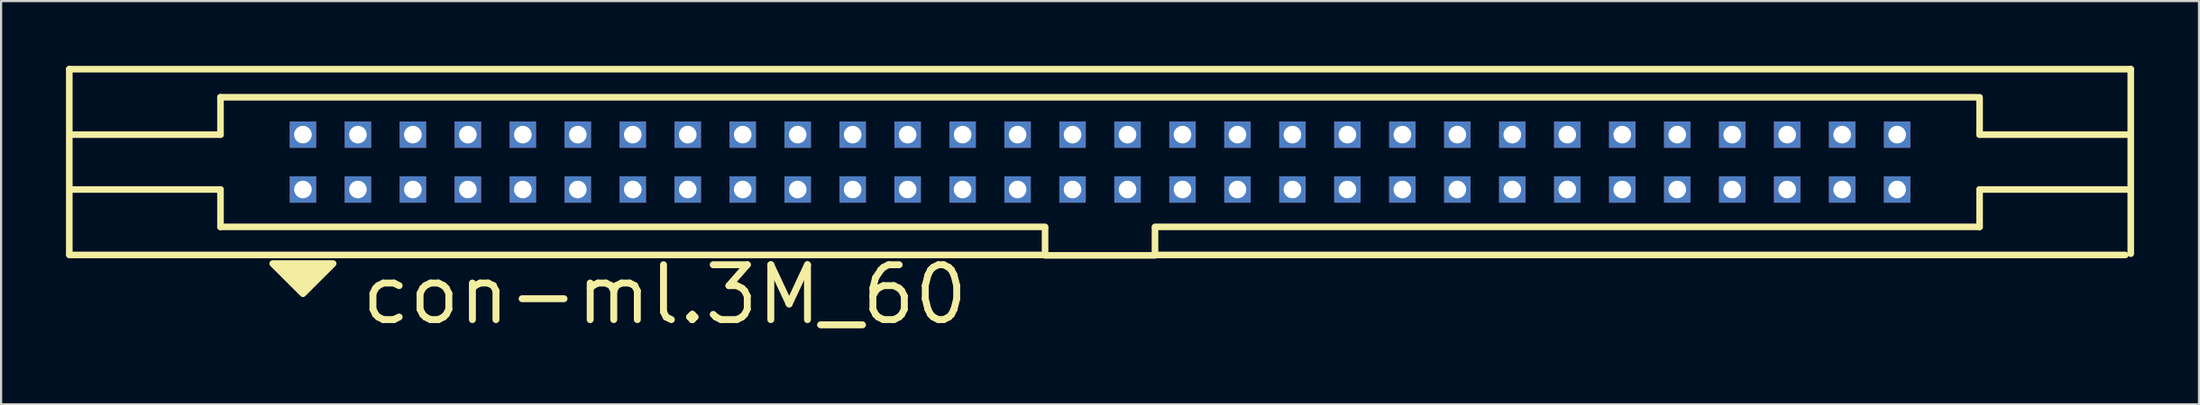
<source format=kicad_pcb>
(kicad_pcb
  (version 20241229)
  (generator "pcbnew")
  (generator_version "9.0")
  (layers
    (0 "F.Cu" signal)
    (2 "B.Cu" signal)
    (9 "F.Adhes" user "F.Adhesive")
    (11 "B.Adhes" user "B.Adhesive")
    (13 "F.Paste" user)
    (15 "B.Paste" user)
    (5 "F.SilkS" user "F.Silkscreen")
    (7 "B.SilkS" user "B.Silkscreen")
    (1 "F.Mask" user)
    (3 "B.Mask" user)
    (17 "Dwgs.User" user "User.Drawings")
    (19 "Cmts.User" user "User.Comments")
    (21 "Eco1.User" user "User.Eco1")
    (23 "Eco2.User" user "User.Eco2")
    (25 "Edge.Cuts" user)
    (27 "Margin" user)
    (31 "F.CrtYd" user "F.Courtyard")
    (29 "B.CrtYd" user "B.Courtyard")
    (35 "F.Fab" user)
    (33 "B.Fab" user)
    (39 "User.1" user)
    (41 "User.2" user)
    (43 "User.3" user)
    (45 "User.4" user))
  (footprint "con-ml.3M_60"
    (layer "F.Cu")
    (at 47.777 4.452)
    (property "Reference" "con-ml.3M_60" (at -34.29 7.62 0) (layer "F.SilkS") (effects (font (size 2.54 2.54) (thickness 0.32)) (justify left bottom)))
    (attr through_hole)
    (fp_line (start -47.625 -4.3) (end -47.625 4.242) (stroke (width 0.305) (type default)) (layer "F.SilkS"))
    (fp_line (start -47.625 4.3) (end -2.54 4.3) (stroke (width 0.305) (type default)) (layer "F.SilkS"))
    (fp_line (start -40.64 -1.27) (end -47.498 -1.27) (stroke (width 0.305) (type default)) (layer "F.SilkS"))
    (fp_line (start -40.64 -1.27) (end -40.64 -3) (stroke (width 0.305) (type default)) (layer "F.SilkS"))
    (fp_line (start -40.64 1.27) (end -47.498 1.27) (stroke (width 0.305) (type default)) (layer "F.SilkS"))
    (fp_line (start -40.64 3) (end -40.64 1.27) (stroke (width 0.305) (type default)) (layer "F.SilkS"))
    (fp_line (start -2.54 3) (end -40.64 3) (stroke (width 0.305) (type default)) (layer "F.SilkS"))
    (fp_line (start -2.54 4.3) (end -2.54 3.048) (stroke (width 0.305) (type default)) (layer "F.SilkS"))
    (fp_line (start -2.54 4.318) (end 2.54 4.318) (stroke (width 0.305) (type default)) (layer "F.SilkS"))
    (fp_line (start 2.54 3.048) (end 2.54 4.3) (stroke (width 0.305) (type default)) (layer "F.SilkS"))
    (fp_line (start 2.54 4.3) (end 47.371 4.3) (stroke (width 0.305) (type default)) (layer "F.SilkS"))
    (fp_line (start 40.513 -3) (end -40.64 -3) (stroke (width 0.305) (type default)) (layer "F.SilkS"))
    (fp_line (start 40.64 -1.27) (end 40.64 -3) (stroke (width 0.305) (type default)) (layer "F.SilkS"))
    (fp_line (start 40.64 -1.27) (end 47.498 -1.27) (stroke (width 0.305) (type default)) (layer "F.SilkS"))
    (fp_line (start 40.64 1.27) (end 47.498 1.27) (stroke (width 0.305) (type default)) (layer "F.SilkS"))
    (fp_line (start 40.64 3) (end 2.54 3) (stroke (width 0.305) (type default)) (layer "F.SilkS"))
    (fp_line (start 40.64 3) (end 40.64 1.27) (stroke (width 0.305) (type default)) (layer "F.SilkS"))
    (fp_line (start 47.625 -4.3) (end -47.625 -4.3) (stroke (width 0.305) (type default)) (layer "F.SilkS"))
    (fp_line (start 47.625 4.242) (end 47.625 -4.3) (stroke (width 0.305) (type default)) (layer "F.SilkS"))
    (fp_poly (pts (xy -38.227 4.699) (xy -35.433 4.699) (xy -36.83 6.096)) (stroke (width 0.305) (type default)) (fill yes) (layer "F.SilkS"))
    (pad "1" thru_hole rect (at -36.83 1.27) (size 1.219 1.219) (drill 0.813) (layers "*.Cu" "*.Mask"))
    (pad "2" thru_hole rect (at -36.83 -1.27) (size 1.219 1.219) (drill 0.813) (layers "*.Cu" "*.Mask"))
    (pad "3" thru_hole rect (at -34.29 1.27) (size 1.219 1.219) (drill 0.813) (layers "*.Cu" "*.Mask"))
    (pad "4" thru_hole rect (at -34.29 -1.27) (size 1.219 1.219) (drill 0.813) (layers "*.Cu" "*.Mask"))
    (pad "5" thru_hole rect (at -31.75 1.27) (size 1.219 1.219) (drill 0.813) (layers "*.Cu" "*.Mask"))
    (pad "6" thru_hole rect (at -31.75 -1.27) (size 1.219 1.219) (drill 0.813) (layers "*.Cu" "*.Mask"))
    (pad "7" thru_hole rect (at -29.21 1.27) (size 1.219 1.219) (drill 0.813) (layers "*.Cu" "*.Mask"))
    (pad "8" thru_hole rect (at -29.21 -1.27) (size 1.219 1.219) (drill 0.813) (layers "*.Cu" "*.Mask"))
    (pad "9" thru_hole rect (at -26.67 1.27) (size 1.219 1.219) (drill 0.813) (layers "*.Cu" "*.Mask"))
    (pad "10" thru_hole rect (at -26.67 -1.27) (size 1.219 1.219) (drill 0.813) (layers "*.Cu" "*.Mask"))
    (pad "11" thru_hole rect (at -24.13 1.27) (size 1.219 1.219) (drill 0.813) (layers "*.Cu" "*.Mask"))
    (pad "12" thru_hole rect (at -24.13 -1.27) (size 1.219 1.219) (drill 0.813) (layers "*.Cu" "*.Mask"))
    (pad "13" thru_hole rect (at -21.59 1.27) (size 1.219 1.219) (drill 0.813) (layers "*.Cu" "*.Mask"))
    (pad "14" thru_hole rect (at -21.59 -1.27) (size 1.219 1.219) (drill 0.813) (layers "*.Cu" "*.Mask"))
    (pad "15" thru_hole rect (at -19.05 1.27) (size 1.219 1.219) (drill 0.813) (layers "*.Cu" "*.Mask"))
    (pad "16" thru_hole rect (at -19.05 -1.27) (size 1.219 1.219) (drill 0.813) (layers "*.Cu" "*.Mask"))
    (pad "17" thru_hole rect (at -16.51 1.27) (size 1.219 1.219) (drill 0.813) (layers "*.Cu" "*.Mask"))
    (pad "18" thru_hole rect (at -16.51 -1.27) (size 1.219 1.219) (drill 0.813) (layers "*.Cu" "*.Mask"))
    (pad "19" thru_hole rect (at -13.97 1.27) (size 1.219 1.219) (drill 0.813) (layers "*.Cu" "*.Mask"))
    (pad "20" thru_hole rect (at -13.97 -1.27) (size 1.219 1.219) (drill 0.813) (layers "*.Cu" "*.Mask"))
    (pad "21" thru_hole rect (at -11.43 1.27) (size 1.219 1.219) (drill 0.813) (layers "*.Cu" "*.Mask"))
    (pad "22" thru_hole rect (at -11.43 -1.27) (size 1.219 1.219) (drill 0.813) (layers "*.Cu" "*.Mask"))
    (pad "23" thru_hole rect (at -8.89 1.27) (size 1.219 1.219) (drill 0.813) (layers "*.Cu" "*.Mask"))
    (pad "24" thru_hole rect (at -8.89 -1.27) (size 1.219 1.219) (drill 0.813) (layers "*.Cu" "*.Mask"))
    (pad "25" thru_hole rect (at -6.35 1.27) (size 1.219 1.219) (drill 0.813) (layers "*.Cu" "*.Mask"))
    (pad "26" thru_hole rect (at -6.35 -1.27) (size 1.219 1.219) (drill 0.813) (layers "*.Cu" "*.Mask"))
    (pad "27" thru_hole rect (at -3.81 1.27) (size 1.219 1.219) (drill 0.813) (layers "*.Cu" "*.Mask"))
    (pad "28" thru_hole rect (at -3.81 -1.27) (size 1.219 1.219) (drill 0.813) (layers "*.Cu" "*.Mask"))
    (pad "29" thru_hole rect (at -1.27 1.27) (size 1.219 1.219) (drill 0.813) (layers "*.Cu" "*.Mask"))
    (pad "30" thru_hole rect (at -1.27 -1.27) (size 1.219 1.219) (drill 0.813) (layers "*.Cu" "*.Mask"))
    (pad "31" thru_hole rect (at 1.27 1.27) (size 1.219 1.219) (drill 0.813) (layers "*.Cu" "*.Mask"))
    (pad "32" thru_hole rect (at 1.27 -1.27) (size 1.219 1.219) (drill 0.813) (layers "*.Cu" "*.Mask"))
    (pad "33" thru_hole rect (at 3.81 1.27) (size 1.219 1.219) (drill 0.813) (layers "*.Cu" "*.Mask"))
    (pad "34" thru_hole rect (at 3.81 -1.27) (size 1.219 1.219) (drill 0.813) (layers "*.Cu" "*.Mask"))
    (pad "35" thru_hole rect (at 6.35 1.27) (size 1.219 1.219) (drill 0.813) (layers "*.Cu" "*.Mask"))
    (pad "36" thru_hole rect (at 6.35 -1.27) (size 1.219 1.219) (drill 0.813) (layers "*.Cu" "*.Mask"))
    (pad "37" thru_hole rect (at 8.89 1.27) (size 1.219 1.219) (drill 0.813) (layers "*.Cu" "*.Mask"))
    (pad "38" thru_hole rect (at 8.89 -1.27) (size 1.219 1.219) (drill 0.813) (layers "*.Cu" "*.Mask"))
    (pad "39" thru_hole rect (at 11.43 1.27) (size 1.219 1.219) (drill 0.813) (layers "*.Cu" "*.Mask"))
    (pad "40" thru_hole rect (at 11.43 -1.27) (size 1.219 1.219) (drill 0.813) (layers "*.Cu" "*.Mask"))
    (pad "41" thru_hole rect (at 13.97 1.27) (size 1.219 1.219) (drill 0.813) (layers "*.Cu" "*.Mask"))
    (pad "42" thru_hole rect (at 13.97 -1.27) (size 1.219 1.219) (drill 0.813) (layers "*.Cu" "*.Mask"))
    (pad "43" thru_hole rect (at 16.51 1.27) (size 1.219 1.219) (drill 0.813) (layers "*.Cu" "*.Mask"))
    (pad "44" thru_hole rect (at 16.51 -1.27) (size 1.219 1.219) (drill 0.813) (layers "*.Cu" "*.Mask"))
    (pad "45" thru_hole rect (at 19.05 1.27) (size 1.219 1.219) (drill 0.813) (layers "*.Cu" "*.Mask"))
    (pad "46" thru_hole rect (at 19.05 -1.27) (size 1.219 1.219) (drill 0.813) (layers "*.Cu" "*.Mask"))
    (pad "47" thru_hole rect (at 21.59 1.27) (size 1.219 1.219) (drill 0.813) (layers "*.Cu" "*.Mask"))
    (pad "48" thru_hole rect (at 21.59 -1.27) (size 1.219 1.219) (drill 0.813) (layers "*.Cu" "*.Mask"))
    (pad "49" thru_hole rect (at 24.13 1.27) (size 1.219 1.219) (drill 0.813) (layers "*.Cu" "*.Mask"))
    (pad "50" thru_hole rect (at 24.13 -1.27) (size 1.219 1.219) (drill 0.813) (layers "*.Cu" "*.Mask"))
    (pad "51" thru_hole rect (at 26.67 1.27) (size 1.219 1.219) (drill 0.813) (layers "*.Cu" "*.Mask"))
    (pad "52" thru_hole rect (at 26.67 -1.27) (size 1.219 1.219) (drill 0.813) (layers "*.Cu" "*.Mask"))
    (pad "53" thru_hole rect (at 29.21 1.27) (size 1.219 1.219) (drill 0.813) (layers "*.Cu" "*.Mask"))
    (pad "54" thru_hole rect (at 29.21 -1.27) (size 1.219 1.219) (drill 0.813) (layers "*.Cu" "*.Mask"))
    (pad "55" thru_hole rect (at 31.75 1.27) (size 1.219 1.219) (drill 0.813) (layers "*.Cu" "*.Mask"))
    (pad "56" thru_hole rect (at 31.75 -1.27) (size 1.219 1.219) (drill 0.813) (layers "*.Cu" "*.Mask"))
    (pad "57" thru_hole rect (at 34.29 1.27) (size 1.219 1.219) (drill 0.813) (layers "*.Cu" "*.Mask"))
    (pad "58" thru_hole rect (at 34.29 -1.27) (size 1.219 1.219) (drill 0.813) (layers "*.Cu" "*.Mask"))
    (pad "59" thru_hole rect (at 36.83 1.27) (size 1.219 1.219) (drill 0.813) (layers "*.Cu" "*.Mask"))
    (pad "60" thru_hole rect (at 36.83 -1.27) (size 1.219 1.219) (drill 0.813) (layers "*.Cu" "*.Mask")))
  (gr_rect
    (start -3 -3)
    (end 98.555 15.667)
    (stroke (width 0.1) (type default))
    (fill no)
    (layer "Edge.Cuts")))
</source>
